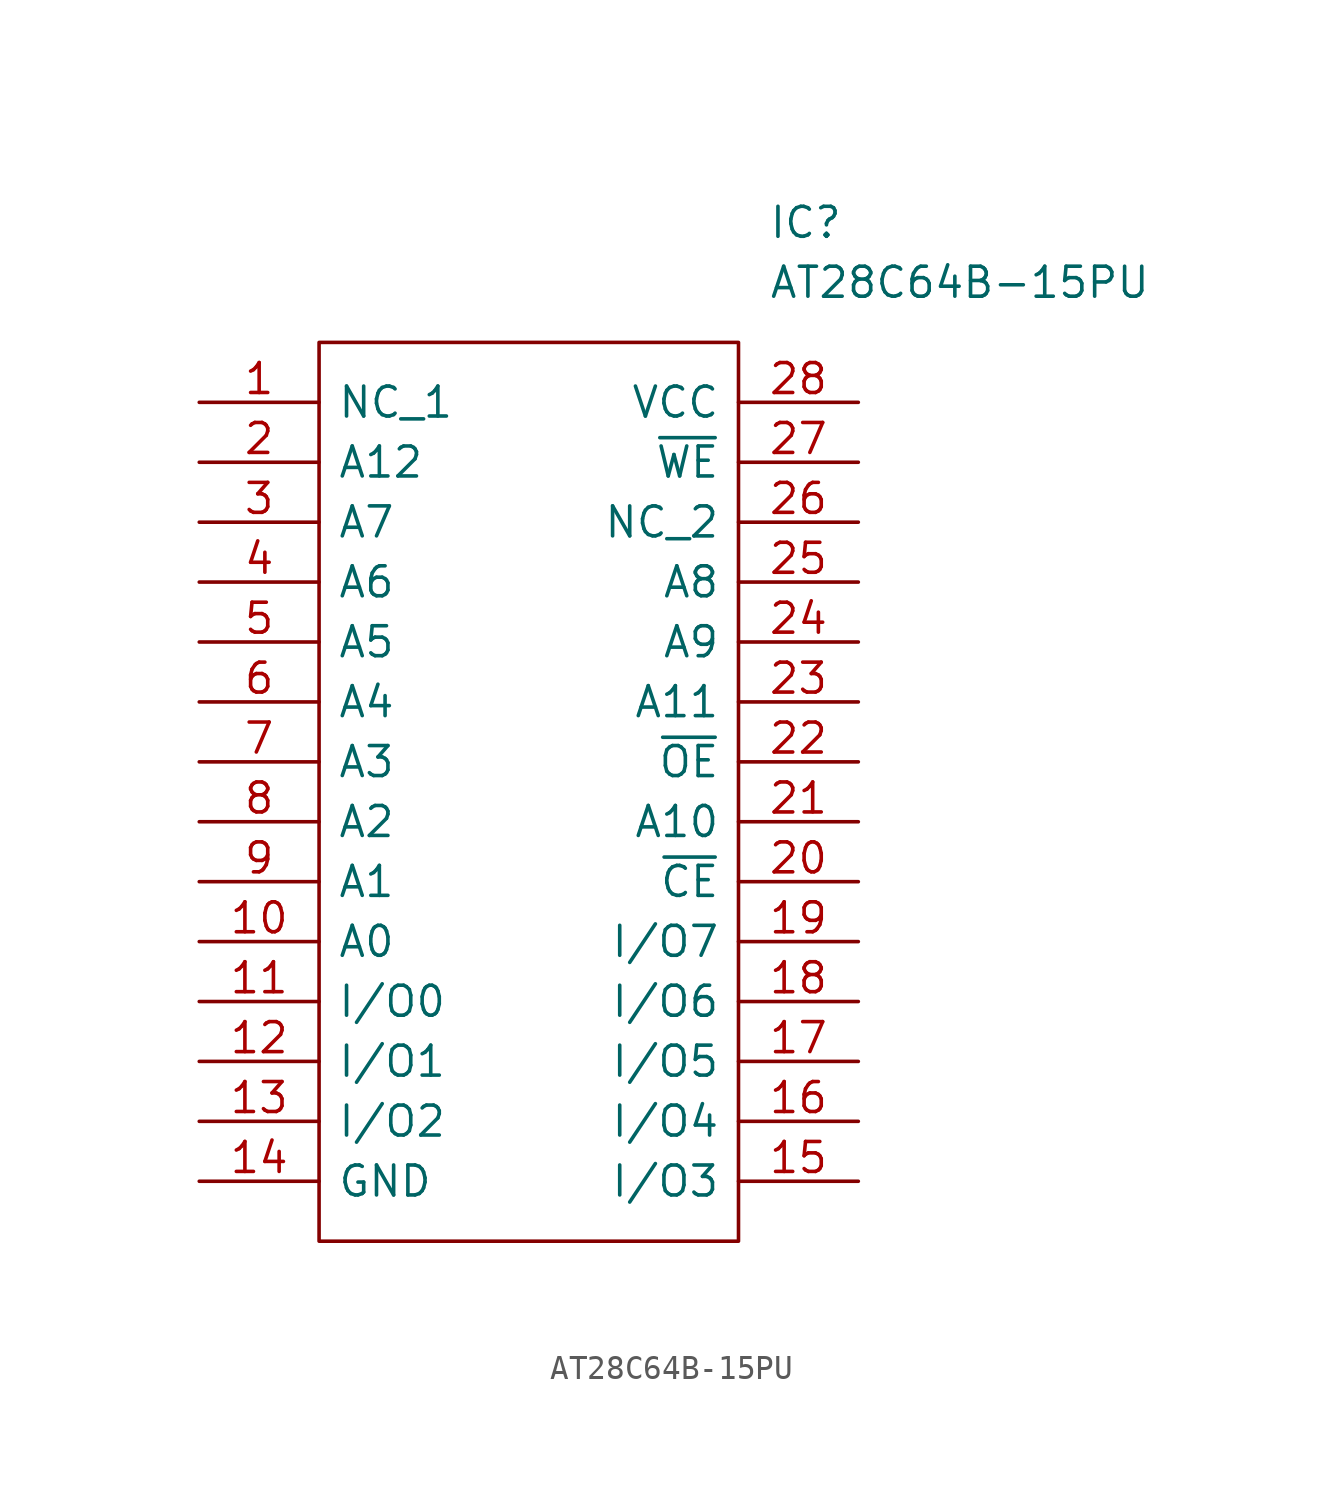
<source format=kicad_sym>
(kicad_symbol_lib
  (version 20211014)
  (generator kicad_symbol_editor)
  (symbol "AT28C64B-15PU"
    (pin_names
      (offset 0.762))
    (property "Reference" "IC"
      (at 24.13 7.62 0)
      (effects (font (size 1.27 1.27)) (justify left)))
    (property "Value" "AT28C64B-15PU"
      (at 24.13 5.08 0)
      (effects (font (size 1.27 1.27)) (justify left)))
    (symbol "AT28C64B-15PU_0_0"
      (pin passive line (at 0 0 0) (length 5.08) (name "NC_1" (effects (font (size 1.27 1.27)))) (number "1" (effects (font (size 1.27 1.27)))))
      (pin passive line (at 0 -22.86 0) (length 5.08) (name "A0" (effects (font (size 1.27 1.27)))) (number "10" (effects (font (size 1.27 1.27)))))
      (pin passive line (at 0 -25.4 0) (length 5.08) (name "I/O0" (effects (font (size 1.27 1.27)))) (number "11" (effects (font (size 1.27 1.27)))))
      (pin passive line (at 0 -27.94 0) (length 5.08) (name "I/O1" (effects (font (size 1.27 1.27)))) (number "12" (effects (font (size 1.27 1.27)))))
      (pin passive line (at 0 -30.48 0) (length 5.08) (name "I/O2" (effects (font (size 1.27 1.27)))) (number "13" (effects (font (size 1.27 1.27)))))
      (pin passive line (at 0 -33.02 0) (length 5.08) (name "GND" (effects (font (size 1.27 1.27)))) (number "14" (effects (font (size 1.27 1.27)))))
      (pin passive line (at 27.94 -33.02 180) (length 5.08) (name "I/O3" (effects (font (size 1.27 1.27)))) (number "15" (effects (font (size 1.27 1.27)))))
      (pin passive line (at 27.94 -30.48 180) (length 5.08) (name "I/O4" (effects (font (size 1.27 1.27)))) (number "16" (effects (font (size 1.27 1.27)))))
      (pin passive line (at 27.94 -27.94 180) (length 5.08) (name "I/O5" (effects (font (size 1.27 1.27)))) (number "17" (effects (font (size 1.27 1.27)))))
      (pin passive line (at 27.94 -25.4 180) (length 5.08) (name "I/O6" (effects (font (size 1.27 1.27)))) (number "18" (effects (font (size 1.27 1.27)))))
      (pin passive line (at 27.94 -22.86 180) (length 5.08) (name "I/O7" (effects (font (size 1.27 1.27)))) (number "19" (effects (font (size 1.27 1.27)))))
      (pin passive line (at 0 -2.54 0) (length 5.08) (name "A12" (effects (font (size 1.27 1.27)))) (number "2" (effects (font (size 1.27 1.27)))))
      (pin passive line (at 27.94 -20.32 180) (length 5.08) (name "~{CE}" (effects (font (size 1.27 1.27)))) (number "20" (effects (font (size 1.27 1.27)))))
      (pin passive line (at 27.94 -17.78 180) (length 5.08) (name "A10" (effects (font (size 1.27 1.27)))) (number "21" (effects (font (size 1.27 1.27)))))
      (pin passive line (at 27.94 -15.24 180) (length 5.08) (name "~{OE}" (effects (font (size 1.27 1.27)))) (number "22" (effects (font (size 1.27 1.27)))))
      (pin passive line (at 27.94 -12.7 180) (length 5.08) (name "A11" (effects (font (size 1.27 1.27)))) (number "23" (effects (font (size 1.27 1.27)))))
      (pin passive line (at 27.94 -10.16 180) (length 5.08) (name "A9" (effects (font (size 1.27 1.27)))) (number "24" (effects (font (size 1.27 1.27)))))
      (pin passive line (at 27.94 -7.62 180) (length 5.08) (name "A8" (effects (font (size 1.27 1.27)))) (number "25" (effects (font (size 1.27 1.27)))))
      (pin passive line (at 27.94 -5.08 180) (length 5.08) (name "NC_2" (effects (font (size 1.27 1.27)))) (number "26" (effects (font (size 1.27 1.27)))))
      (pin passive line (at 27.94 -2.54 180) (length 5.08) (name "~{WE}" (effects (font (size 1.27 1.27)))) (number "27" (effects (font (size 1.27 1.27)))))
      (pin passive line (at 27.94 0 180) (length 5.08) (name "VCC" (effects (font (size 1.27 1.27)))) (number "28" (effects (font (size 1.27 1.27)))))
      (pin passive line (at 0 -5.08 0) (length 5.08) (name "A7" (effects (font (size 1.27 1.27)))) (number "3" (effects (font (size 1.27 1.27)))))
      (pin passive line (at 0 -7.62 0) (length 5.08) (name "A6" (effects (font (size 1.27 1.27)))) (number "4" (effects (font (size 1.27 1.27)))))
      (pin passive line (at 0 -10.16 0) (length 5.08) (name "A5" (effects (font (size 1.27 1.27)))) (number "5" (effects (font (size 1.27 1.27)))))
      (pin passive line (at 0 -12.7 0) (length 5.08) (name "A4" (effects (font (size 1.27 1.27)))) (number "6" (effects (font (size 1.27 1.27)))))
      (pin passive line (at 0 -15.24 0) (length 5.08) (name "A3" (effects (font (size 1.27 1.27)))) (number "7" (effects (font (size 1.27 1.27)))))
      (pin passive line (at 0 -17.78 0) (length 5.08) (name "A2" (effects (font (size 1.27 1.27)))) (number "8" (effects (font (size 1.27 1.27)))))
      (pin passive line (at 0 -20.32 0) (length 5.08) (name "A1" (effects (font (size 1.27 1.27)))) (number "9" (effects (font (size 1.27 1.27))))))
    (symbol "AT28C64B-15PU_0_1"
      (polyline (pts (xy 5.08 2.54) (xy 22.86 2.54) (xy 22.86 -35.56) (xy 5.08 -35.56) (xy 5.08 2.54)) (stroke (width 0.152) (type default) (color 0 0 0 0)) (fill (type none))))))
</source>
